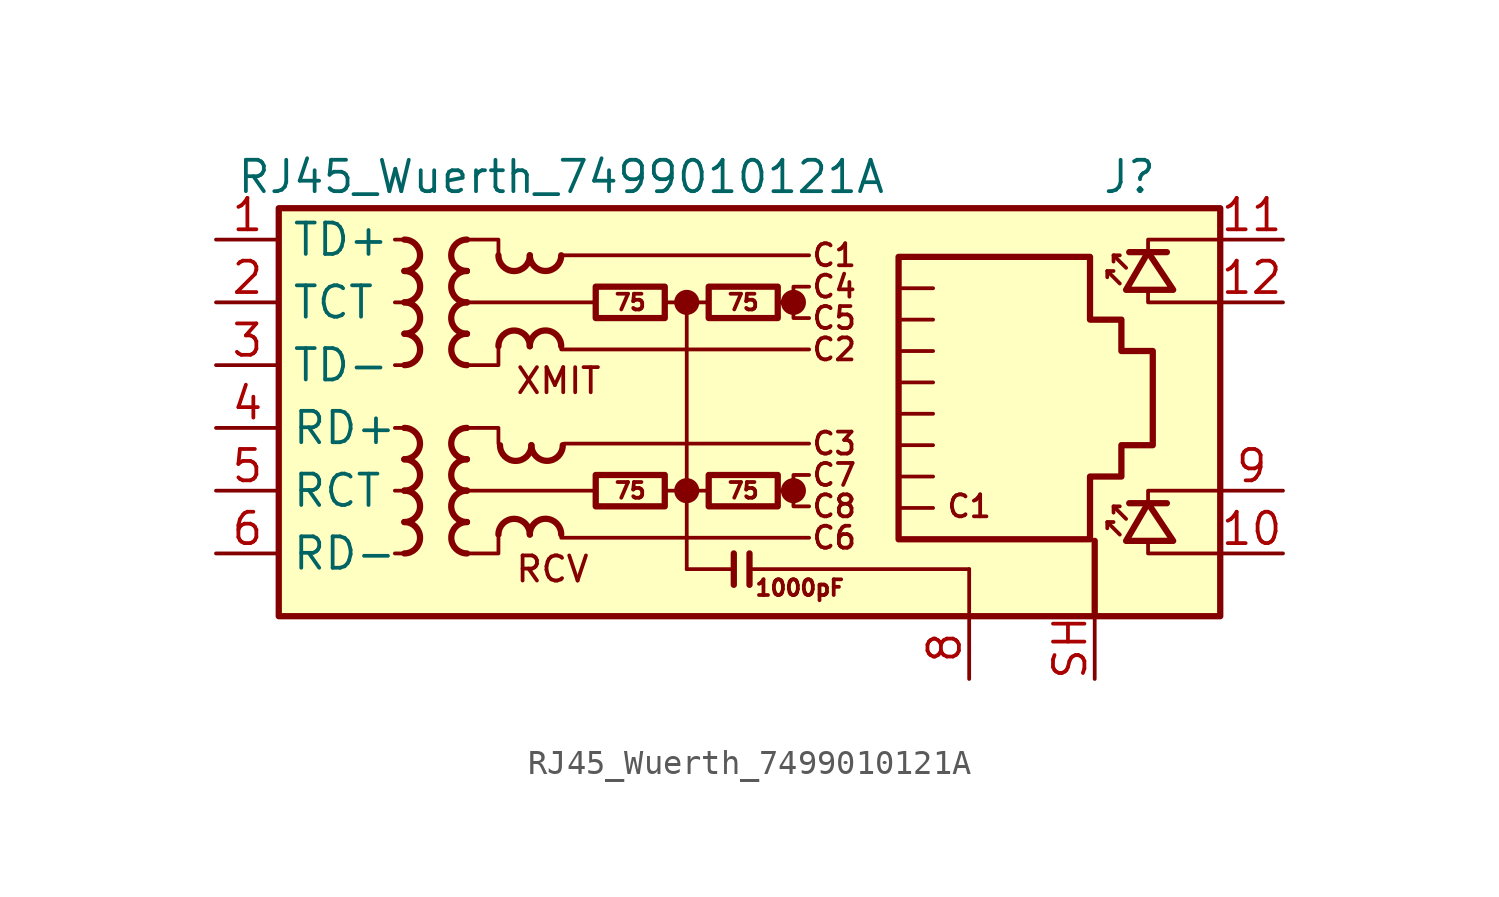
<source format=kicad_sym>
(kicad_symbol_lib
  (version 20241209)
  (generator "kicad_symbol_editor")
  (generator_version "9.0")
  (symbol "RJ45_Wuerth_7499010121A"
    (property "Reference" "J"
      (at 17.78 10.16 0)
      (effects (font (size 1.27 1.27)) (justify right)))
    (property "Value" "RJ45_Wuerth_7499010121A"
      (at -6.35 10.16 0)
      (effects (font (size 1.27 1.27))))
    (symbol "RJ45_Wuerth_7499010121A_0_0"
      (circle (center -1.27 5.08) (radius 0.0001) (stroke (width 0.508) (type default)) (fill (type none)))
      (polyline (pts (xy -1.27 5.08) (xy -1.27 -5.715)) (stroke (width 0) (type default)) (fill (type none)))
      (circle (center -1.27 -2.54) (radius 0.0001) (stroke (width 0.508) (type default)) (fill (type none)))
      (polyline (pts (xy 0.635 -5.08) (xy 0.635 -6.35)) (stroke (width 0.254) (type default)) (fill (type none)))
      (polyline (pts (xy 1.27 -5.08) (xy 1.27 -6.35)) (stroke (width 0.254) (type default)) (fill (type none)))
      (polyline (pts (xy 3.048 5.08) (xy 2.54 5.08)) (stroke (width 0) (type default)) (fill (type none)))
      (circle (center 3.048 5.08) (radius 0.0001) (stroke (width 0.508) (type default)) (fill (type none)))
      (polyline (pts (xy 3.048 -2.54) (xy 2.54 -2.54)) (stroke (width 0) (type default)) (fill (type none)))
      (circle (center 3.048 -2.54) (radius 0.0001) (stroke (width 0.508) (type default)) (fill (type none)))
      (polyline (pts (xy 3.683 5.715) (xy 3.048 5.715) (xy 3.048 4.445) (xy 3.683 4.445)) (stroke (width 0) (type default)) (fill (type none)))
      (polyline (pts (xy 3.683 -1.905) (xy 3.048 -1.905) (xy 3.048 -3.175) (xy 3.683 -3.175)) (stroke (width 0) (type default)) (fill (type none)))
      (polyline (pts (xy 17.399 6.985) (xy 17.399 7.62) (xy 20.32 7.62)) (stroke (width 0) (type default)) (fill (type none)))
      (polyline (pts (xy 17.399 -3.175) (xy 17.399 -2.54) (xy 20.32 -2.54)) (stroke (width 0) (type default)) (fill (type none)))
      (polyline (pts (xy 20.32 5.08) (xy 17.399 5.08) (xy 17.399 5.588)) (stroke (width 0) (type default)) (fill (type none)))
      (polyline (pts (xy 20.32 -5.08) (xy 17.399 -5.08) (xy 17.399 -4.572)) (stroke (width 0) (type default)) (fill (type none)))
      (text "XMIT" (at -8.255 1.905 0) (effects (font (size 1.016 1.016)) (justify left)))
      (text "RCV" (at -8.255 -5.715 0) (effects (font (size 1.016 1.016)) (justify left)))
      (text "C1" (at 4.699 6.985 0) (effects (font (size 0.889 0.889))))
      (text "C4" (at 4.699 5.715 0) (effects (font (size 0.889 0.889))))
      (text "C5" (at 4.699 4.445 0) (effects (font (size 0.889 0.889))))
      (text "C2" (at 4.699 3.175 0) (effects (font (size 0.889 0.889))))
      (text "C3" (at 4.699 -0.635 0) (effects (font (size 0.889 0.889))))
      (text "C7" (at 4.699 -1.905 0) (effects (font (size 0.889 0.889))))
      (text "C8" (at 4.699 -3.175 0) (effects (font (size 0.889 0.889))))
      (text "C6" (at 4.699 -4.445 0) (effects (font (size 0.889 0.889))))
      (text "C1" (at 10.16 -3.175 0) (effects (font (size 0.889 0.889)))))
    (symbol "RJ45_Wuerth_7499010121A_0_1"
      (rectangle (start -17.78 8.89) (end 20.32 -7.62) (stroke (width 0.254) (type default)) (fill (type background)))
      (polyline (pts (xy -12.7 7.62) (xy -13.081 7.62)) (stroke (width 0) (type default)) (fill (type none)))
      (polyline (pts (xy -12.7 5.08) (xy -13.081 5.08)) (stroke (width 0) (type default)) (fill (type none)))
      (polyline (pts (xy -12.7 2.54) (xy -13.081 2.54)) (stroke (width 0) (type default)) (fill (type none)))
      (polyline (pts (xy -12.7 0) (xy -13.081 0)) (stroke (width 0) (type default)) (fill (type none)))
      (polyline (pts (xy -12.7 -2.54) (xy -13.081 -2.54)) (stroke (width 0) (type default)) (fill (type none)))
      (polyline (pts (xy -12.7 -5.08) (xy -13.081 -5.08)) (stroke (width 0) (type default)) (fill (type none)))
      (polyline (pts (xy -10.16 7.62) (xy -8.89 7.62) (xy -8.89 6.985)) (stroke (width 0) (type default)) (fill (type none)))
      (polyline (pts (xy -10.16 0) (xy -8.89 0) (xy -8.89 -0.635)) (stroke (width 0) (type default)) (fill (type none)))
      (polyline (pts (xy -8.89 3.175) (xy -8.89 2.54) (xy -10.16 2.54)) (stroke (width 0) (type default)) (fill (type none)))
      (polyline (pts (xy -8.89 -4.445) (xy -8.89 -5.08) (xy -10.16 -5.08)) (stroke (width 0) (type default)) (fill (type none)))
      (polyline (pts (xy -6.35 6.985) (xy 3.683 6.985)) (stroke (width 0) (type default)) (fill (type none)))
      (polyline (pts (xy -6.35 3.175) (xy 3.683 3.175)) (stroke (width 0) (type default)) (fill (type none)))
      (polyline (pts (xy -6.35 -4.445) (xy 3.683 -4.445)) (stroke (width 0) (type default)) (fill (type none)))
      (polyline (pts (xy -6.223 -0.635) (xy 3.683 -0.635)) (stroke (width 0) (type default)) (fill (type none)))
      (polyline (pts (xy -5.08 -2.54) (xy -10.16 -2.54)) (stroke (width 0) (type default)) (fill (type none)))
      (polyline (pts (xy -4.953 5.08) (xy -10.16 5.08)) (stroke (width 0) (type default)) (fill (type none)))
      (polyline (pts (xy -2.159 5.08) (xy -0.381 5.08)) (stroke (width 0) (type default)) (fill (type none)))
      (polyline (pts (xy -2.159 -2.54) (xy -0.381 -2.54)) (stroke (width 0) (type default)) (fill (type none)))
      (polyline (pts (xy 0.635 -5.715) (xy -1.27 -5.715)) (stroke (width 0) (type default)) (fill (type none)))
      (polyline (pts (xy 7.429 3.111) (xy 8.7 3.111)) (stroke (width 0) (type default)) (fill (type none)))
      (polyline (pts (xy 7.429 1.841) (xy 8.7 1.841)) (stroke (width 0) (type default)) (fill (type none)))
      (polyline (pts (xy 7.429 0.572) (xy 8.7 0.572)) (stroke (width 0) (type default)) (fill (type none)))
      (polyline (pts (xy 7.429 -0.699) (xy 8.7 -0.699)) (stroke (width 0) (type default)) (fill (type none)))
      (polyline (pts (xy 7.429 -1.968) (xy 8.7 -1.968)) (stroke (width 0) (type default)) (fill (type none)))
      (polyline (pts (xy 8.7 5.652) (xy 7.429 5.652)) (stroke (width 0) (type default)) (fill (type none)))
      (polyline (pts (xy 8.7 4.381) (xy 7.429 4.381)) (stroke (width 0) (type default)) (fill (type none)))
      (polyline (pts (xy 8.7 -3.239) (xy 7.429 -3.239)) (stroke (width 0) (type default)) (fill (type none)))
      (polyline (pts (xy 10.16 -5.715) (xy 1.27 -5.715)) (stroke (width 0) (type default)) (fill (type none)))
      (polyline (pts (xy 10.16 -5.715) (xy 10.16 -7.62)) (stroke (width 0) (type default)) (fill (type none))))
    (symbol "RJ45_Wuerth_7499010121A_1_0"
      (text "1000pF" (at 3.302 -6.477 0) (effects (font (size 0.635 0.635)))))
    (symbol "RJ45_Wuerth_7499010121A_1_1"
      (arc (start -12.7 0) (mid -12.0677 -0.635) (end -12.7 -1.27) (stroke (width 0.254) (type default)) (fill (type none)))
      (arc (start -12.6973 7.62) (mid -12.065 6.985) (end -12.6973 6.35) (stroke (width 0.254) (type default)) (fill (type none)))
      (arc (start -12.6973 -1.27) (mid -12.065 -1.905) (end -12.6973 -2.54) (stroke (width 0.254) (type default)) (fill (type none)))
      (arc (start -12.6973 -2.54) (mid -12.065 -3.175) (end -12.6973 -3.81) (stroke (width 0.254) (type default)) (fill (type none)))
      (arc (start -12.6973 -3.81) (mid -12.065 -4.445) (end -12.6973 -5.08) (stroke (width 0.254) (type default)) (fill (type none)))
      (arc (start -12.6946 6.35) (mid -12.0623 5.715) (end -12.6946 5.08) (stroke (width 0.254) (type default)) (fill (type none)))
      (arc (start -12.6946 5.08) (mid -12.0623 4.445) (end -12.6946 3.81) (stroke (width 0.254) (type default)) (fill (type none)))
      (arc (start -12.6946 3.81) (mid -12.0623 3.175) (end -12.6946 2.54) (stroke (width 0.254) (type default)) (fill (type none)))
      (arc (start -10.1654 6.35) (mid -10.7977 6.985) (end -10.1654 7.62) (stroke (width 0.254) (type default)) (fill (type none)))
      (arc (start -10.1654 5.08) (mid -10.7977 5.715) (end -10.1654 6.35) (stroke (width 0.254) (type default)) (fill (type none)))
      (arc (start -10.1654 3.81) (mid -10.7977 4.445) (end -10.1654 5.08) (stroke (width 0.254) (type default)) (fill (type none)))
      (arc (start -10.1654 -1.27) (mid -10.7977 -0.635) (end -10.1654 0) (stroke (width 0.254) (type default)) (fill (type none)))
      (arc (start -10.1654 -2.54) (mid -10.7977 -1.905) (end -10.1654 -1.27) (stroke (width 0.254) (type default)) (fill (type none)))
      (arc (start -10.1654 -3.81) (mid -10.7977 -3.175) (end -10.1654 -2.54) (stroke (width 0.254) (type default)) (fill (type none)))
      (arc (start -10.1627 2.54) (mid -10.795 3.175) (end -10.1627 3.81) (stroke (width 0.254) (type default)) (fill (type none)))
      (arc (start -10.1627 -5.08) (mid -10.795 -4.445) (end -10.1627 -3.81) (stroke (width 0.254) (type default)) (fill (type none)))
      (arc (start -7.62 6.9823) (mid -8.255 6.35) (end -8.89 6.9823) (stroke (width 0.254) (type default)) (fill (type none)))
      (arc (start -8.89 3.3047) (mid -8.255 3.937) (end -7.62 3.3047) (stroke (width 0.254) (type default)) (fill (type none)))
      (arc (start -8.89 -4.3153) (mid -8.255 -3.683) (end -7.62 -4.3153) (stroke (width 0.254) (type default)) (fill (type none)))
      (arc (start -7.5565 -0.7012) (mid -8.1915 -1.3335) (end -8.8265 -0.7012) (stroke (width 0.254) (type default)) (fill (type none)))
      (arc (start -6.35 6.985) (mid -6.985 6.3527) (end -7.62 6.985) (stroke (width 0.254) (type default)) (fill (type none)))
      (arc (start -7.62 3.3074) (mid -6.985 3.9397) (end -6.35 3.3074) (stroke (width 0.254) (type default)) (fill (type none)))
      (arc (start -7.62 -4.3126) (mid -6.985 -3.6803) (end -6.35 -4.3126) (stroke (width 0.254) (type default)) (fill (type none)))
      (arc (start -6.2865 -0.6985) (mid -6.9215 -1.3308) (end -7.5565 -0.6985) (stroke (width 0.254) (type default)) (fill (type none)))
      (rectangle (start -4.953 5.715) (end -2.159 4.445) (stroke (width 0.254) (type default)) (fill (type none)))
      (rectangle (start -4.953 -1.905) (end -2.159 -3.175) (stroke (width 0.254) (type default)) (fill (type none)))
      (rectangle (start -0.381 5.715) (end 2.413 4.445) (stroke (width 0.254) (type default)) (fill (type none)))
      (rectangle (start -0.381 -1.905) (end 2.413 -3.175) (stroke (width 0.254) (type default)) (fill (type none)))
      (polyline (pts (xy 7.303 -4.508) (xy 7.303 6.921) (xy 15.05 6.921) (xy 15.05 4.381) (xy 16.32 4.381) (xy 16.32 3.111) (xy 17.59 3.111) (xy 17.59 -0.699) (xy 16.32 -0.699) (xy 16.32 -1.968) (xy 15.05 -1.968) (xy 15.05 -4.508) (xy 7.303 -4.508)) (stroke (width 0.254) (type default)) (fill (type none)))
      (polyline (pts (xy 15.24 -7.62) (xy 15.24 -4.572)) (stroke (width 0.254) (type default)) (fill (type none)))
      (polyline (pts (xy 15.748 6.35) (xy 15.748 6.096)) (stroke (width 0) (type default)) (fill (type none)))
      (polyline (pts (xy 15.748 -3.81) (xy 15.748 -4.064)) (stroke (width 0) (type default)) (fill (type none)))
      (polyline (pts (xy 16.002 6.985) (xy 16.002 6.731)) (stroke (width 0) (type default)) (fill (type none)))
      (polyline (pts (xy 16.002 -3.175) (xy 16.002 -3.429)) (stroke (width 0) (type default)) (fill (type none)))
      (polyline (pts (xy 16.256 5.842) (xy 15.748 6.35) (xy 16.002 6.35)) (stroke (width 0) (type default)) (fill (type none)))
      (polyline (pts (xy 16.256 -4.318) (xy 15.748 -3.81) (xy 16.002 -3.81)) (stroke (width 0) (type default)) (fill (type none)))
      (polyline (pts (xy 16.51 6.477) (xy 16.002 6.985) (xy 16.256 6.985)) (stroke (width 0) (type default)) (fill (type none)))
      (polyline (pts (xy 16.51 5.588) (xy 18.415 5.588) (xy 17.399 7.112) (xy 16.51 5.588)) (stroke (width 0.254) (type default)) (fill (type none)))
      (polyline (pts (xy 16.51 -3.683) (xy 16.002 -3.175) (xy 16.256 -3.175)) (stroke (width 0) (type default)) (fill (type none)))
      (polyline (pts (xy 16.51 -4.572) (xy 18.415 -4.572) (xy 17.399 -3.048) (xy 16.51 -4.572)) (stroke (width 0.254) (type default)) (fill (type none)))
      (polyline (pts (xy 16.637 7.112) (xy 18.161 7.112)) (stroke (width 0.254) (type default)) (fill (type none)))
      (polyline (pts (xy 16.637 -3.048) (xy 18.161 -3.048)) (stroke (width 0.254) (type default)) (fill (type none)))
      (text "75" (at -3.556 5.08 0) (effects (font (size 0.635 0.635))))
      (text "75" (at -3.556 -2.54 0) (effects (font (size 0.635 0.635))))
      (text "75" (at 1.016 5.08 0) (effects (font (size 0.635 0.635))))
      (text "75" (at 1.016 -2.54 0) (effects (font (size 0.635 0.635))))
      (pin passive line (at -20.32 7.62 0) (length 2.54) (name "TD+" (effects (font (size 1.27 1.27)))) (number "1" (effects (font (size 1.27 1.27)))))
      (pin passive line (at -20.32 5.08 0) (length 2.54) (name "TCT" (effects (font (size 1.27 1.27)))) (number "2" (effects (font (size 1.27 1.27)))))
      (pin passive line (at -20.32 2.54 0) (length 2.54) (name "TD-" (effects (font (size 1.27 1.27)))) (number "3" (effects (font (size 1.27 1.27)))))
      (pin passive line (at -20.32 0 0) (length 2.54) (name "RD+" (effects (font (size 1.27 1.27)))) (number "4" (effects (font (size 1.27 1.27)))))
      (pin passive line (at -20.32 -2.54 0) (length 2.54) (name "RCT" (effects (font (size 1.27 1.27)))) (number "5" (effects (font (size 1.27 1.27)))))
      (pin passive line (at -20.32 -5.08 0) (length 2.54) (name "RD-" (effects (font (size 1.27 1.27)))) (number "6" (effects (font (size 1.27 1.27)))))
      (pin power_in line (at 10.16 -10.16 90) (length 2.54) (name "" (effects (font (size 1.27 1.27)))) (number "8" (effects (font (size 1.27 1.27)))))
      (pin passive line (at 15.24 -10.16 90) (length 2.54) (name "" (effects (font (size 1.27 1.27)))) (number "SH" (effects (font (size 1.27 1.27)))))
      (pin no_connect line (at 20.32 0 0) (length 0) (hide yes) (name "NC" (effects (font (size 1.27 1.27)))) (number "7" (effects (font (size 1.27 1.27)))))
      (pin passive line (at 22.86 7.62 180) (length 2.54) (name "" (effects (font (size 1.27 1.27)))) (number "11" (effects (font (size 1.27 1.27)))))
      (pin passive line (at 22.86 5.08 180) (length 2.54) (name "" (effects (font (size 1.27 1.27)))) (number "12" (effects (font (size 1.27 1.27)))))
      (pin passive line (at 22.86 -2.54 180) (length 2.54) (name "" (effects (font (size 1.27 1.27)))) (number "9" (effects (font (size 1.27 1.27)))))
      (pin passive line (at 22.86 -5.08 180) (length 2.54) (name "" (effects (font (size 1.27 1.27)))) (number "10" (effects (font (size 1.27 1.27))))))))
</source>
